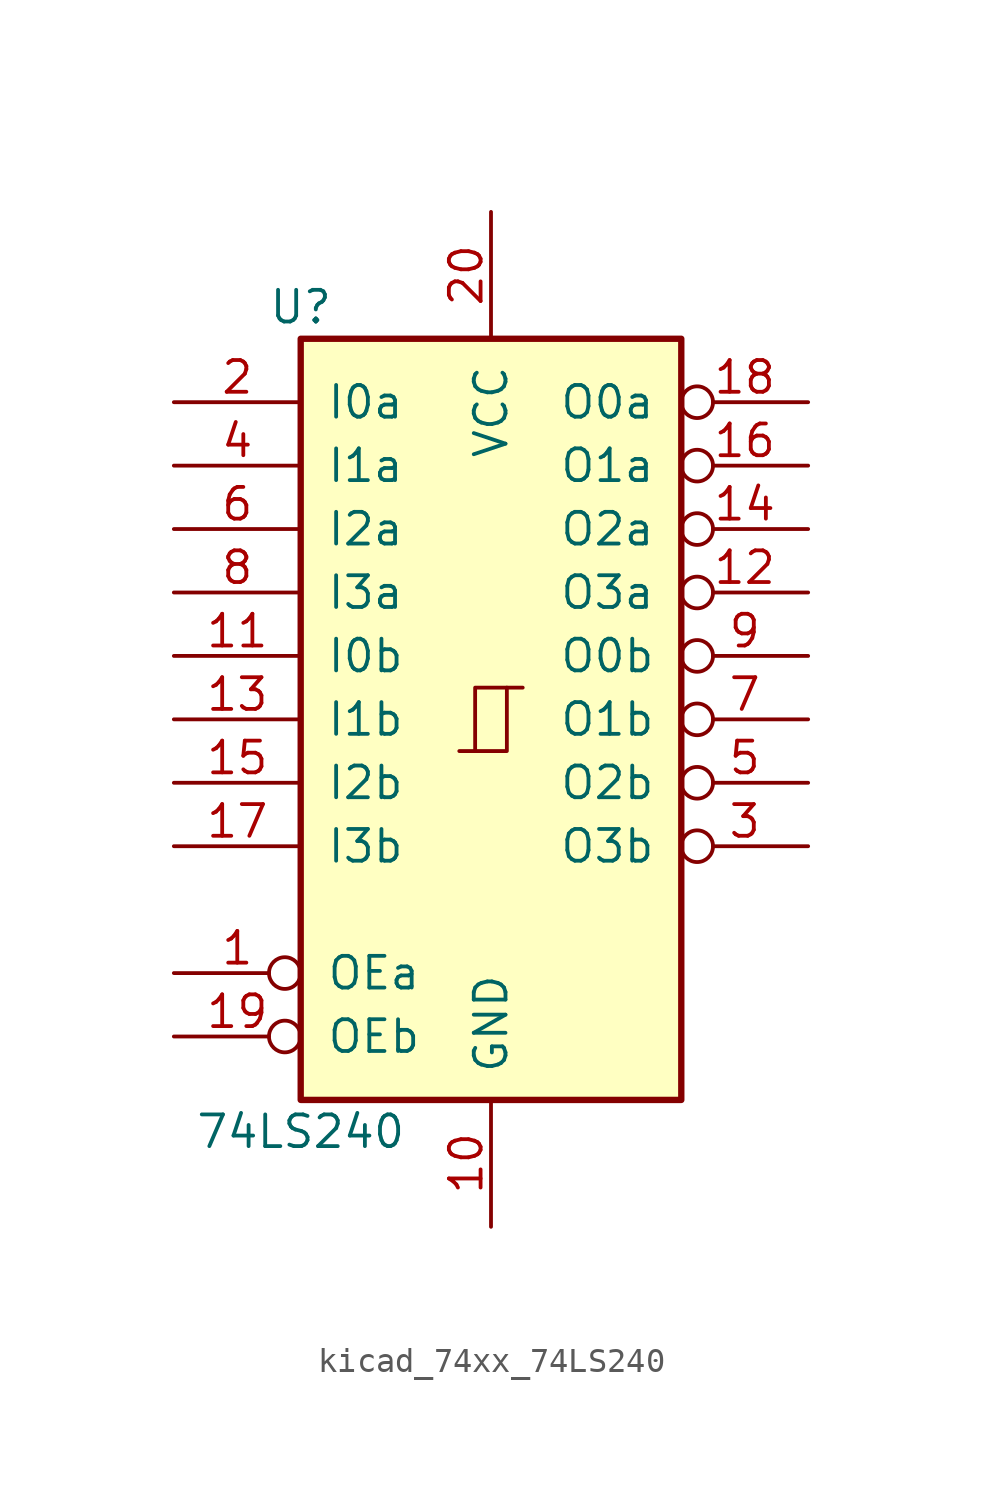
<source format=kicad_sym>
(kicad_symbol_lib
  (version 20220914)
  (generator kicad_symbol_editor)
  (symbol "kicad_74xx_74LS240"
    (pin_names
      (offset 1.016))
    (property "Reference" "U"
      (at -7.62 16.51 0)
      (effects (font (size 1.27 1.27))))
    (property "Value" "74LS240"
      (at -7.62 -16.51 0)
      (effects (font (size 1.27 1.27))))
    (symbol "kicad_74xx_74LS240_1_0"
      (polyline (pts (xy -0.635 -1.27) (xy -0.635 1.27) (xy 0.635 1.27)) (stroke (width 0) (type default)) (fill (type none)))
      (polyline (pts (xy -1.27 -1.27) (xy 0.635 -1.27) (xy 0.635 1.27) (xy 1.27 1.27)) (stroke (width 0) (type default)) (fill (type none)))
      (pin input inverted (at -12.7 -10.16 0) (length 5.08) (name "OEa" (effects (font (size 1.27 1.27)))) (number "1" (effects (font (size 1.27 1.27)))))
      (pin power_in line (at 0 -20.32 90) (length 5.08) (name "GND" (effects (font (size 1.27 1.27)))) (number "10" (effects (font (size 1.27 1.27)))))
      (pin input line (at -12.7 2.54 0) (length 5.08) (name "I0b" (effects (font (size 1.27 1.27)))) (number "11" (effects (font (size 1.27 1.27)))))
      (pin tri_state inverted (at 12.7 5.08 180) (length 5.08) (name "O3a" (effects (font (size 1.27 1.27)))) (number "12" (effects (font (size 1.27 1.27)))))
      (pin input line (at -12.7 0 0) (length 5.08) (name "I1b" (effects (font (size 1.27 1.27)))) (number "13" (effects (font (size 1.27 1.27)))))
      (pin tri_state inverted (at 12.7 7.62 180) (length 5.08) (name "O2a" (effects (font (size 1.27 1.27)))) (number "14" (effects (font (size 1.27 1.27)))))
      (pin input line (at -12.7 -2.54 0) (length 5.08) (name "I2b" (effects (font (size 1.27 1.27)))) (number "15" (effects (font (size 1.27 1.27)))))
      (pin tri_state inverted (at 12.7 10.16 180) (length 5.08) (name "O1a" (effects (font (size 1.27 1.27)))) (number "16" (effects (font (size 1.27 1.27)))))
      (pin input line (at -12.7 -5.08 0) (length 5.08) (name "I3b" (effects (font (size 1.27 1.27)))) (number "17" (effects (font (size 1.27 1.27)))))
      (pin tri_state inverted (at 12.7 12.7 180) (length 5.08) (name "O0a" (effects (font (size 1.27 1.27)))) (number "18" (effects (font (size 1.27 1.27)))))
      (pin input inverted (at -12.7 -12.7 0) (length 5.08) (name "OEb" (effects (font (size 1.27 1.27)))) (number "19" (effects (font (size 1.27 1.27)))))
      (pin input line (at -12.7 12.7 0) (length 5.08) (name "I0a" (effects (font (size 1.27 1.27)))) (number "2" (effects (font (size 1.27 1.27)))))
      (pin power_in line (at 0 20.32 270) (length 5.08) (name "VCC" (effects (font (size 1.27 1.27)))) (number "20" (effects (font (size 1.27 1.27)))))
      (pin tri_state inverted (at 12.7 -5.08 180) (length 5.08) (name "O3b" (effects (font (size 1.27 1.27)))) (number "3" (effects (font (size 1.27 1.27)))))
      (pin input line (at -12.7 10.16 0) (length 5.08) (name "I1a" (effects (font (size 1.27 1.27)))) (number "4" (effects (font (size 1.27 1.27)))))
      (pin tri_state inverted (at 12.7 -2.54 180) (length 5.08) (name "O2b" (effects (font (size 1.27 1.27)))) (number "5" (effects (font (size 1.27 1.27)))))
      (pin input line (at -12.7 7.62 0) (length 5.08) (name "I2a" (effects (font (size 1.27 1.27)))) (number "6" (effects (font (size 1.27 1.27)))))
      (pin tri_state inverted (at 12.7 0 180) (length 5.08) (name "O1b" (effects (font (size 1.27 1.27)))) (number "7" (effects (font (size 1.27 1.27)))))
      (pin input line (at -12.7 5.08 0) (length 5.08) (name "I3a" (effects (font (size 1.27 1.27)))) (number "8" (effects (font (size 1.27 1.27)))))
      (pin tri_state inverted (at 12.7 2.54 180) (length 5.08) (name "O0b" (effects (font (size 1.27 1.27)))) (number "9" (effects (font (size 1.27 1.27))))))
    (symbol "kicad_74xx_74LS240_1_1"
      (rectangle (start -7.62 15.24) (end 7.62 -15.24) (stroke (width 0.254) (type default)) (fill (type background))))))
</source>
